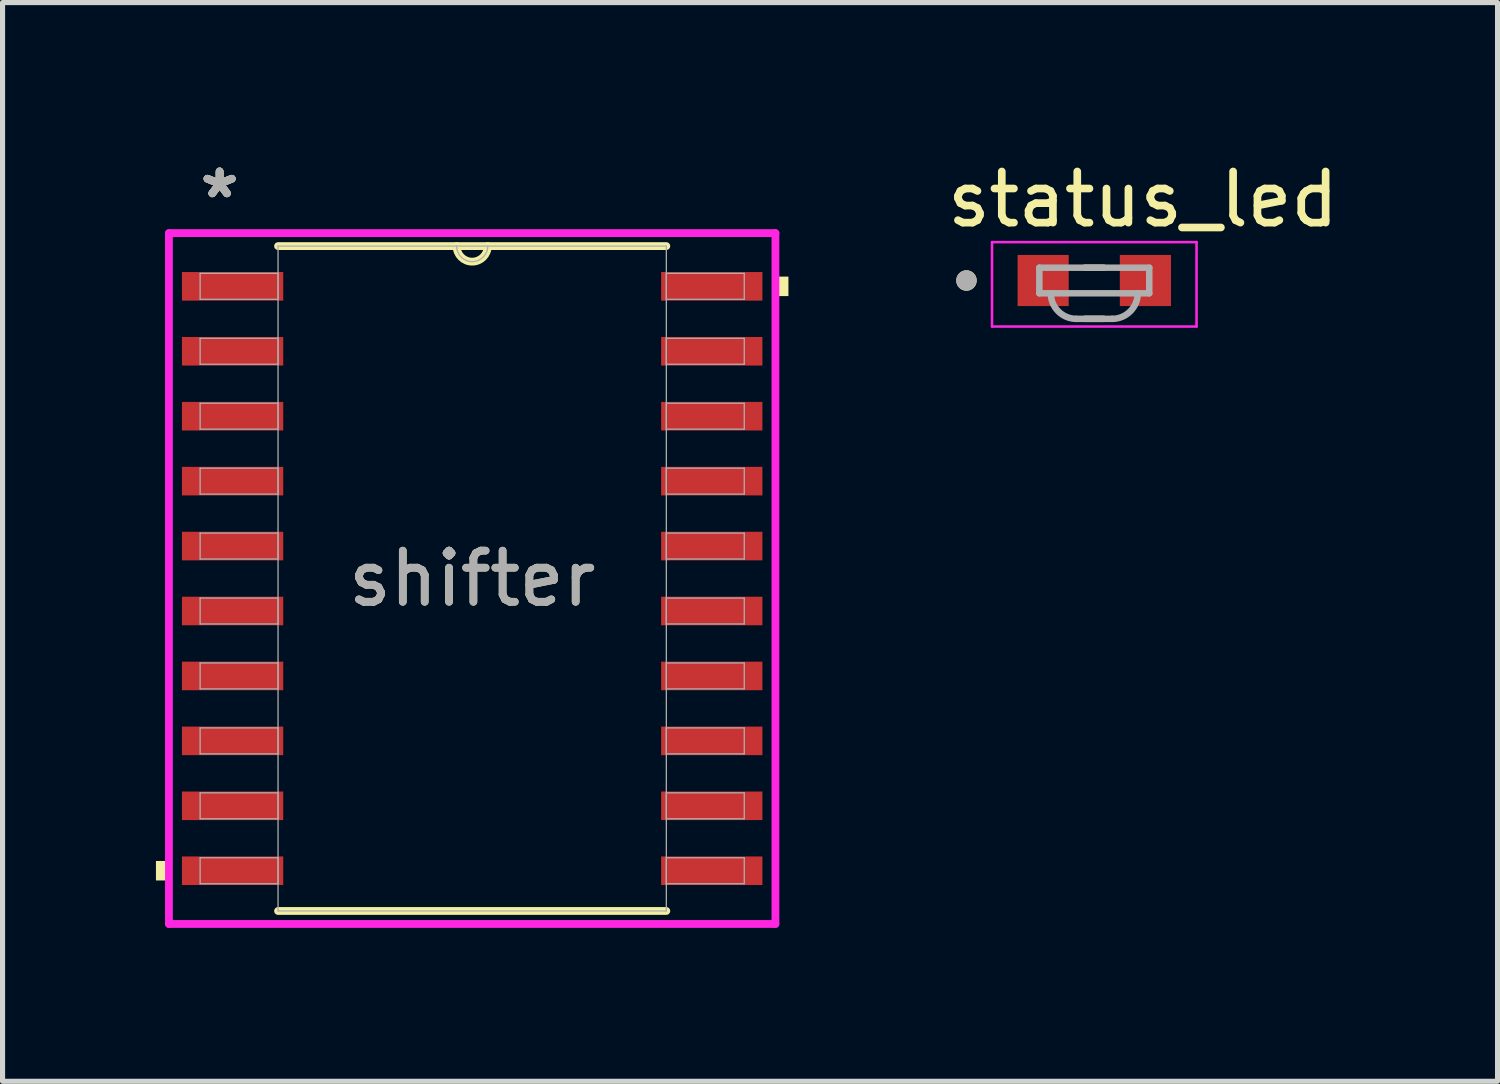
<source format=kicad_pcb>
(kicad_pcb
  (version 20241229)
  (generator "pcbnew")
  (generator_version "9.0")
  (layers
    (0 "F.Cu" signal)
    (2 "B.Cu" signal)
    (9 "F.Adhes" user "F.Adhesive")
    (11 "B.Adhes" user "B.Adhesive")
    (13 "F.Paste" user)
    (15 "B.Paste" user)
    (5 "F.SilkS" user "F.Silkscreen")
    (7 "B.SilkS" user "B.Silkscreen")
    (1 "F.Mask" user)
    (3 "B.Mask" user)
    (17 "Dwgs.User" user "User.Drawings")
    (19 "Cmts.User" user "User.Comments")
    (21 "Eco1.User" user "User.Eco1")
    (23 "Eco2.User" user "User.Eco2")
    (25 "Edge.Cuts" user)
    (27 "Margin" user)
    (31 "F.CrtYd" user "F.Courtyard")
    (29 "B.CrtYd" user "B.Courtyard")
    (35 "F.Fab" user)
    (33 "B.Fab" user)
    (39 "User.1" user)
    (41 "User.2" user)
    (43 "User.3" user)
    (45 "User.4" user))
  (footprint "shifter"
    (layer "F.Cu")
    (at 6.185 8.265)
    (property "Reference" "shifter" (at 0 0 0) (unlocked yes) (layer "F.SilkS") (effects (font (size 1 1) (thickness 0.15))))
    (attr smd)
    (fp_line (start -3.797 6.502) (end 3.797 6.502) (stroke (width 0.152) (type solid)) (layer "F.SilkS"))
    (fp_line (start 3.797 -6.502) (end -3.797 -6.502) (stroke (width 0.152) (type solid)) (layer "F.SilkS"))
    (fp_arc (start 0.3048 -6.5024) (mid 0 -6.1976) (end -0.3048 -6.5024) (stroke (width 0.1524) (type solid)) (layer "F.SilkS"))
    (fp_poly (pts (xy -6.185 5.524) (xy -6.185 5.905) (xy -5.931 5.905) (xy -5.931 5.524)) (stroke (width 0) (type solid)) (fill yes) (layer "F.SilkS"))
    (fp_poly (pts (xy 6.185 -5.905) (xy 6.185 -5.524) (xy 5.931 -5.524) (xy 5.931 -5.905)) (stroke (width 0) (type solid)) (fill yes) (layer "F.SilkS"))
    (fp_line (start -5.931 -6.756) (end 5.931 -6.756) (stroke (width 0.152) (type solid)) (layer "F.CrtYd"))
    (fp_line (start -5.931 6.756) (end -5.931 -6.756) (stroke (width 0.152) (type solid)) (layer "F.CrtYd"))
    (fp_line (start 5.931 -6.756) (end 5.931 6.756) (stroke (width 0.152) (type solid)) (layer "F.CrtYd"))
    (fp_line (start 5.931 6.756) (end -5.931 6.756) (stroke (width 0.152) (type solid)) (layer "F.CrtYd"))
    (fp_line (start -5.321 -5.969) (end -5.321 -5.461) (stroke (width 0.025) (type solid)) (layer "F.Fab"))
    (fp_line (start -5.321 -5.461) (end -3.797 -5.461) (stroke (width 0.025) (type solid)) (layer "F.Fab"))
    (fp_line (start -5.321 -4.699) (end -5.321 -4.191) (stroke (width 0.025) (type solid)) (layer "F.Fab"))
    (fp_line (start -5.321 -4.191) (end -3.797 -4.191) (stroke (width 0.025) (type solid)) (layer "F.Fab"))
    (fp_line (start -5.321 -3.429) (end -5.321 -2.921) (stroke (width 0.025) (type solid)) (layer "F.Fab"))
    (fp_line (start -5.321 -2.921) (end -3.797 -2.921) (stroke (width 0.025) (type solid)) (layer "F.Fab"))
    (fp_line (start -5.321 -2.159) (end -5.321 -1.651) (stroke (width 0.025) (type solid)) (layer "F.Fab"))
    (fp_line (start -5.321 -1.651) (end -3.797 -1.651) (stroke (width 0.025) (type solid)) (layer "F.Fab"))
    (fp_line (start -5.321 -0.889) (end -5.321 -0.381) (stroke (width 0.025) (type solid)) (layer "F.Fab"))
    (fp_line (start -5.321 -0.381) (end -3.797 -0.381) (stroke (width 0.025) (type solid)) (layer "F.Fab"))
    (fp_line (start -5.321 0.381) (end -5.321 0.889) (stroke (width 0.025) (type solid)) (layer "F.Fab"))
    (fp_line (start -5.321 0.889) (end -3.797 0.889) (stroke (width 0.025) (type solid)) (layer "F.Fab"))
    (fp_line (start -5.321 1.651) (end -5.321 2.159) (stroke (width 0.025) (type solid)) (layer "F.Fab"))
    (fp_line (start -5.321 2.159) (end -3.797 2.159) (stroke (width 0.025) (type solid)) (layer "F.Fab"))
    (fp_line (start -5.321 2.921) (end -5.321 3.429) (stroke (width 0.025) (type solid)) (layer "F.Fab"))
    (fp_line (start -5.321 3.429) (end -3.797 3.429) (stroke (width 0.025) (type solid)) (layer "F.Fab"))
    (fp_line (start -5.321 4.191) (end -5.321 4.699) (stroke (width 0.025) (type solid)) (layer "F.Fab"))
    (fp_line (start -5.321 4.699) (end -3.797 4.699) (stroke (width 0.025) (type solid)) (layer "F.Fab"))
    (fp_line (start -5.321 5.461) (end -5.321 5.969) (stroke (width 0.025) (type solid)) (layer "F.Fab"))
    (fp_line (start -5.321 5.969) (end -3.797 5.969) (stroke (width 0.025) (type solid)) (layer "F.Fab"))
    (fp_line (start -3.797 -6.502) (end -3.797 6.502) (stroke (width 0.025) (type solid)) (layer "F.Fab"))
    (fp_line (start -3.797 -5.969) (end -5.321 -5.969) (stroke (width 0.025) (type solid)) (layer "F.Fab"))
    (fp_line (start -3.797 -5.461) (end -3.797 -5.969) (stroke (width 0.025) (type solid)) (layer "F.Fab"))
    (fp_line (start -3.797 -4.699) (end -5.321 -4.699) (stroke (width 0.025) (type solid)) (layer "F.Fab"))
    (fp_line (start -3.797 -4.191) (end -3.797 -4.699) (stroke (width 0.025) (type solid)) (layer "F.Fab"))
    (fp_line (start -3.797 -3.429) (end -5.321 -3.429) (stroke (width 0.025) (type solid)) (layer "F.Fab"))
    (fp_line (start -3.797 -2.921) (end -3.797 -3.429) (stroke (width 0.025) (type solid)) (layer "F.Fab"))
    (fp_line (start -3.797 -2.159) (end -5.321 -2.159) (stroke (width 0.025) (type solid)) (layer "F.Fab"))
    (fp_line (start -3.797 -1.651) (end -3.797 -2.159) (stroke (width 0.025) (type solid)) (layer "F.Fab"))
    (fp_line (start -3.797 -0.889) (end -5.321 -0.889) (stroke (width 0.025) (type solid)) (layer "F.Fab"))
    (fp_line (start -3.797 -0.381) (end -3.797 -0.889) (stroke (width 0.025) (type solid)) (layer "F.Fab"))
    (fp_line (start -3.797 0.381) (end -5.321 0.381) (stroke (width 0.025) (type solid)) (layer "F.Fab"))
    (fp_line (start -3.797 0.889) (end -3.797 0.381) (stroke (width 0.025) (type solid)) (layer "F.Fab"))
    (fp_line (start -3.797 1.651) (end -5.321 1.651) (stroke (width 0.025) (type solid)) (layer "F.Fab"))
    (fp_line (start -3.797 2.159) (end -3.797 1.651) (stroke (width 0.025) (type solid)) (layer "F.Fab"))
    (fp_line (start -3.797 2.921) (end -5.321 2.921) (stroke (width 0.025) (type solid)) (layer "F.Fab"))
    (fp_line (start -3.797 3.429) (end -3.797 2.921) (stroke (width 0.025) (type solid)) (layer "F.Fab"))
    (fp_line (start -3.797 4.191) (end -5.321 4.191) (stroke (width 0.025) (type solid)) (layer "F.Fab"))
    (fp_line (start -3.797 4.699) (end -3.797 4.191) (stroke (width 0.025) (type solid)) (layer "F.Fab"))
    (fp_line (start -3.797 5.461) (end -5.321 5.461) (stroke (width 0.025) (type solid)) (layer "F.Fab"))
    (fp_line (start -3.797 5.969) (end -3.797 5.461) (stroke (width 0.025) (type solid)) (layer "F.Fab"))
    (fp_line (start -3.797 6.502) (end 3.797 6.502) (stroke (width 0.025) (type solid)) (layer "F.Fab"))
    (fp_line (start 3.797 -6.502) (end -3.797 -6.502) (stroke (width 0.025) (type solid)) (layer "F.Fab"))
    (fp_line (start 3.797 -5.969) (end 3.797 -5.461) (stroke (width 0.025) (type solid)) (layer "F.Fab"))
    (fp_line (start 3.797 -5.461) (end 5.321 -5.461) (stroke (width 0.025) (type solid)) (layer "F.Fab"))
    (fp_line (start 3.797 -4.699) (end 3.797 -4.191) (stroke (width 0.025) (type solid)) (layer "F.Fab"))
    (fp_line (start 3.797 -4.191) (end 5.321 -4.191) (stroke (width 0.025) (type solid)) (layer "F.Fab"))
    (fp_line (start 3.797 -3.429) (end 3.797 -2.921) (stroke (width 0.025) (type solid)) (layer "F.Fab"))
    (fp_line (start 3.797 -2.921) (end 5.321 -2.921) (stroke (width 0.025) (type solid)) (layer "F.Fab"))
    (fp_line (start 3.797 -2.159) (end 3.797 -1.651) (stroke (width 0.025) (type solid)) (layer "F.Fab"))
    (fp_line (start 3.797 -1.651) (end 5.321 -1.651) (stroke (width 0.025) (type solid)) (layer "F.Fab"))
    (fp_line (start 3.797 -0.889) (end 3.797 -0.381) (stroke (width 0.025) (type solid)) (layer "F.Fab"))
    (fp_line (start 3.797 -0.381) (end 5.321 -0.381) (stroke (width 0.025) (type solid)) (layer "F.Fab"))
    (fp_line (start 3.797 0.381) (end 3.797 0.889) (stroke (width 0.025) (type solid)) (layer "F.Fab"))
    (fp_line (start 3.797 0.889) (end 5.321 0.889) (stroke (width 0.025) (type solid)) (layer "F.Fab"))
    (fp_line (start 3.797 1.651) (end 3.797 2.159) (stroke (width 0.025) (type solid)) (layer "F.Fab"))
    (fp_line (start 3.797 2.159) (end 5.321 2.159) (stroke (width 0.025) (type solid)) (layer "F.Fab"))
    (fp_line (start 3.797 2.921) (end 3.797 3.429) (stroke (width 0.025) (type solid)) (layer "F.Fab"))
    (fp_line (start 3.797 3.429) (end 5.321 3.429) (stroke (width 0.025) (type solid)) (layer "F.Fab"))
    (fp_line (start 3.797 4.191) (end 3.797 4.699) (stroke (width 0.025) (type solid)) (layer "F.Fab"))
    (fp_line (start 3.797 4.699) (end 5.321 4.699) (stroke (width 0.025) (type solid)) (layer "F.Fab"))
    (fp_line (start 3.797 5.461) (end 3.797 5.969) (stroke (width 0.025) (type solid)) (layer "F.Fab"))
    (fp_line (start 3.797 5.969) (end 5.321 5.969) (stroke (width 0.025) (type solid)) (layer "F.Fab"))
    (fp_line (start 3.797 6.502) (end 3.797 -6.502) (stroke (width 0.025) (type solid)) (layer "F.Fab"))
    (fp_line (start 5.321 -5.969) (end 3.797 -5.969) (stroke (width 0.025) (type solid)) (layer "F.Fab"))
    (fp_line (start 5.321 -5.461) (end 5.321 -5.969) (stroke (width 0.025) (type solid)) (layer "F.Fab"))
    (fp_line (start 5.321 -4.699) (end 3.797 -4.699) (stroke (width 0.025) (type solid)) (layer "F.Fab"))
    (fp_line (start 5.321 -4.191) (end 5.321 -4.699) (stroke (width 0.025) (type solid)) (layer "F.Fab"))
    (fp_line (start 5.321 -3.429) (end 3.797 -3.429) (stroke (width 0.025) (type solid)) (layer "F.Fab"))
    (fp_line (start 5.321 -2.921) (end 5.321 -3.429) (stroke (width 0.025) (type solid)) (layer "F.Fab"))
    (fp_line (start 5.321 -2.159) (end 3.797 -2.159) (stroke (width 0.025) (type solid)) (layer "F.Fab"))
    (fp_line (start 5.321 -1.651) (end 5.321 -2.159) (stroke (width 0.025) (type solid)) (layer "F.Fab"))
    (fp_line (start 5.321 -0.889) (end 3.797 -0.889) (stroke (width 0.025) (type solid)) (layer "F.Fab"))
    (fp_line (start 5.321 -0.381) (end 5.321 -0.889) (stroke (width 0.025) (type solid)) (layer "F.Fab"))
    (fp_line (start 5.321 0.381) (end 3.797 0.381) (stroke (width 0.025) (type solid)) (layer "F.Fab"))
    (fp_line (start 5.321 0.889) (end 5.321 0.381) (stroke (width 0.025) (type solid)) (layer "F.Fab"))
    (fp_line (start 5.321 1.651) (end 3.797 1.651) (stroke (width 0.025) (type solid)) (layer "F.Fab"))
    (fp_line (start 5.321 2.159) (end 5.321 1.651) (stroke (width 0.025) (type solid)) (layer "F.Fab"))
    (fp_line (start 5.321 2.921) (end 3.797 2.921) (stroke (width 0.025) (type solid)) (layer "F.Fab"))
    (fp_line (start 5.321 3.429) (end 5.321 2.921) (stroke (width 0.025) (type solid)) (layer "F.Fab"))
    (fp_line (start 5.321 4.191) (end 3.797 4.191) (stroke (width 0.025) (type solid)) (layer "F.Fab"))
    (fp_line (start 5.321 4.699) (end 5.321 4.191) (stroke (width 0.025) (type solid)) (layer "F.Fab"))
    (fp_line (start 5.321 5.461) (end 3.797 5.461) (stroke (width 0.025) (type solid)) (layer "F.Fab"))
    (fp_line (start 5.321 5.969) (end 5.321 5.461) (stroke (width 0.025) (type solid)) (layer "F.Fab"))
    (fp_arc (start 0.3048 -6.5024) (mid 0 -6.1976) (end -0.3048 -6.5024) (stroke (width 0.0254) (type solid)) (layer "F.Fab"))
    (fp_text user "*" (at -4.94 -7.417 0) (layer "F.SilkS") (effects (font (size 1 1) (thickness 0.15))))
    (fp_text user "*" (at -4.94 -7.417 0) (unlocked yes) (layer "F.SilkS") (effects (font (size 1 1) (thickness 0.15))))
    (fp_text user "${REFERENCE}" (at 0 0 0) (unlocked yes) (layer "F.Fab") (effects (font (size 1 1) (thickness 0.15))))
    (fp_text user "*" (at -4.94 -7.417 0) (layer "F.Fab") (effects (font (size 1 1) (thickness 0.15))))
    (fp_text user "*" (at -4.94 -7.417 0) (unlocked yes) (layer "F.Fab") (effects (font (size 1 1) (thickness 0.15))))
    (pad "1" smd rect (at -4.686 -5.715) (size 1.981 0.559) (layers "F.Cu" "F.Mask" "F.Paste"))
    (pad "2" smd rect (at -4.686 -4.445) (size 1.981 0.559) (layers "F.Cu" "F.Mask" "F.Paste"))
    (pad "3" smd rect (at -4.686 -3.175) (size 1.981 0.559) (layers "F.Cu" "F.Mask" "F.Paste"))
    (pad "4" smd rect (at -4.686 -1.905) (size 1.981 0.559) (layers "F.Cu" "F.Mask" "F.Paste"))
    (pad "5" smd rect (at -4.686 -0.635) (size 1.981 0.559) (layers "F.Cu" "F.Mask" "F.Paste"))
    (pad "6" smd rect (at -4.686 0.635) (size 1.981 0.559) (layers "F.Cu" "F.Mask" "F.Paste"))
    (pad "7" smd rect (at -4.686 1.905) (size 1.981 0.559) (layers "F.Cu" "F.Mask" "F.Paste"))
    (pad "8" smd rect (at -4.686 3.175) (size 1.981 0.559) (layers "F.Cu" "F.Mask" "F.Paste"))
    (pad "9" smd rect (at -4.686 4.445) (size 1.981 0.559) (layers "F.Cu" "F.Mask" "F.Paste"))
    (pad "10" smd rect (at -4.686 5.715) (size 1.981 0.559) (layers "F.Cu" "F.Mask" "F.Paste"))
    (pad "11" smd rect (at 4.686 5.715) (size 1.981 0.559) (layers "F.Cu" "F.Mask" "F.Paste"))
    (pad "12" smd rect (at 4.686 4.445) (size 1.981 0.559) (layers "F.Cu" "F.Mask" "F.Paste"))
    (pad "13" smd rect (at 4.686 3.175) (size 1.981 0.559) (layers "F.Cu" "F.Mask" "F.Paste"))
    (pad "14" smd rect (at 4.686 1.905) (size 1.981 0.559) (layers "F.Cu" "F.Mask" "F.Paste"))
    (pad "15" smd rect (at 4.686 0.635) (size 1.981 0.559) (layers "F.Cu" "F.Mask" "F.Paste"))
    (pad "16" smd rect (at 4.686 -0.635) (size 1.981 0.559) (layers "F.Cu" "F.Mask" "F.Paste"))
    (pad "17" smd rect (at 4.686 -1.905) (size 1.981 0.559) (layers "F.Cu" "F.Mask" "F.Paste"))
    (pad "18" smd rect (at 4.686 -3.175) (size 1.981 0.559) (layers "F.Cu" "F.Mask" "F.Paste"))
    (pad "19" smd rect (at 4.686 -4.445) (size 1.981 0.559) (layers "F.Cu" "F.Mask" "F.Paste"))
    (pad "20" smd rect (at 4.686 -5.715) (size 1.981 0.559) (layers "F.Cu" "F.Mask" "F.Paste")))
  (footprint "status_led"
    (layer "F.Cu")
    (at 18.352 2.436)
    (property "Reference" "status_led" (at 0.953 -1.587 0) (layer "F.SilkS") (effects (font (size 1 1) (thickness 0.15))))
    (attr smd)
    (fp_line (start -0.185 -0.25) (end 0.185 -0.25) (stroke (width 0.127) (type solid)) (layer "F.SilkS"))
    (fp_line (start 0.185 0.75) (end -0.185 0.75) (stroke (width 0.127) (type solid)) (layer "F.SilkS"))
    (fp_circle (center -2.5 0) (end -2.4 0) (stroke (width 0.2) (type solid)) (fill no) (layer "F.SilkS"))
    (fp_line (start -2 -0.75) (end 2 -0.75) (stroke (width 0.05) (type solid)) (layer "F.CrtYd"))
    (fp_line (start -2 0.9) (end -2 -0.75) (stroke (width 0.05) (type solid)) (layer "F.CrtYd"))
    (fp_line (start 2 -0.75) (end 2 0.9) (stroke (width 0.05) (type solid)) (layer "F.CrtYd"))
    (fp_line (start 2 0.9) (end -2 0.9) (stroke (width 0.05) (type solid)) (layer "F.CrtYd"))
    (fp_line (start -1.075 -0.25) (end 1.075 -0.25) (stroke (width 0.127) (type solid)) (layer "F.Fab"))
    (fp_line (start -1.075 0.25) (end -1.075 -0.25) (stroke (width 0.127) (type solid)) (layer "F.Fab"))
    (fp_line (start -0.85 0.25) (end -1.075 0.25) (stroke (width 0.127) (type solid)) (layer "F.Fab"))
    (fp_line (start -0.35 0.75) (end 0.35 0.75) (stroke (width 0.127) (type solid)) (layer "F.Fab"))
    (fp_line (start 0.85 0.25) (end -0.85 0.25) (stroke (width 0.127) (type solid)) (layer "F.Fab"))
    (fp_line (start 1.075 -0.25) (end 1.075 0.25) (stroke (width 0.127) (type solid)) (layer "F.Fab"))
    (fp_line (start 1.075 0.25) (end 0.85 0.25) (stroke (width 0.127) (type solid)) (layer "F.Fab"))
    (fp_arc (start -0.35 0.75) (mid -0.703553 0.603553) (end -0.85 0.25) (stroke (width 0.127) (type solid)) (layer "F.Fab"))
    (fp_arc (start 0.85 0.25) (mid 0.703553 0.603553) (end 0.35 0.75) (stroke (width 0.127) (type solid)) (layer "F.Fab"))
    (fp_circle (center -2.5 0) (end -2.4 0) (stroke (width 0.2) (type solid)) (fill no) (layer "F.Fab"))
    (pad "A" smd rect (at 1 0) (size 1 1) (layers "F.Cu" "F.Mask" "F.Paste"))
    (pad "C" smd rect (at -1 0) (size 1 1) (layers "F.Cu" "F.Mask" "F.Paste")))
  (gr_rect
    (start -3 -3)
    (end 26.239 18.098)
    (stroke (width 0.1) (type default))
    (fill no)
    (layer "Edge.Cuts")))
</source>
